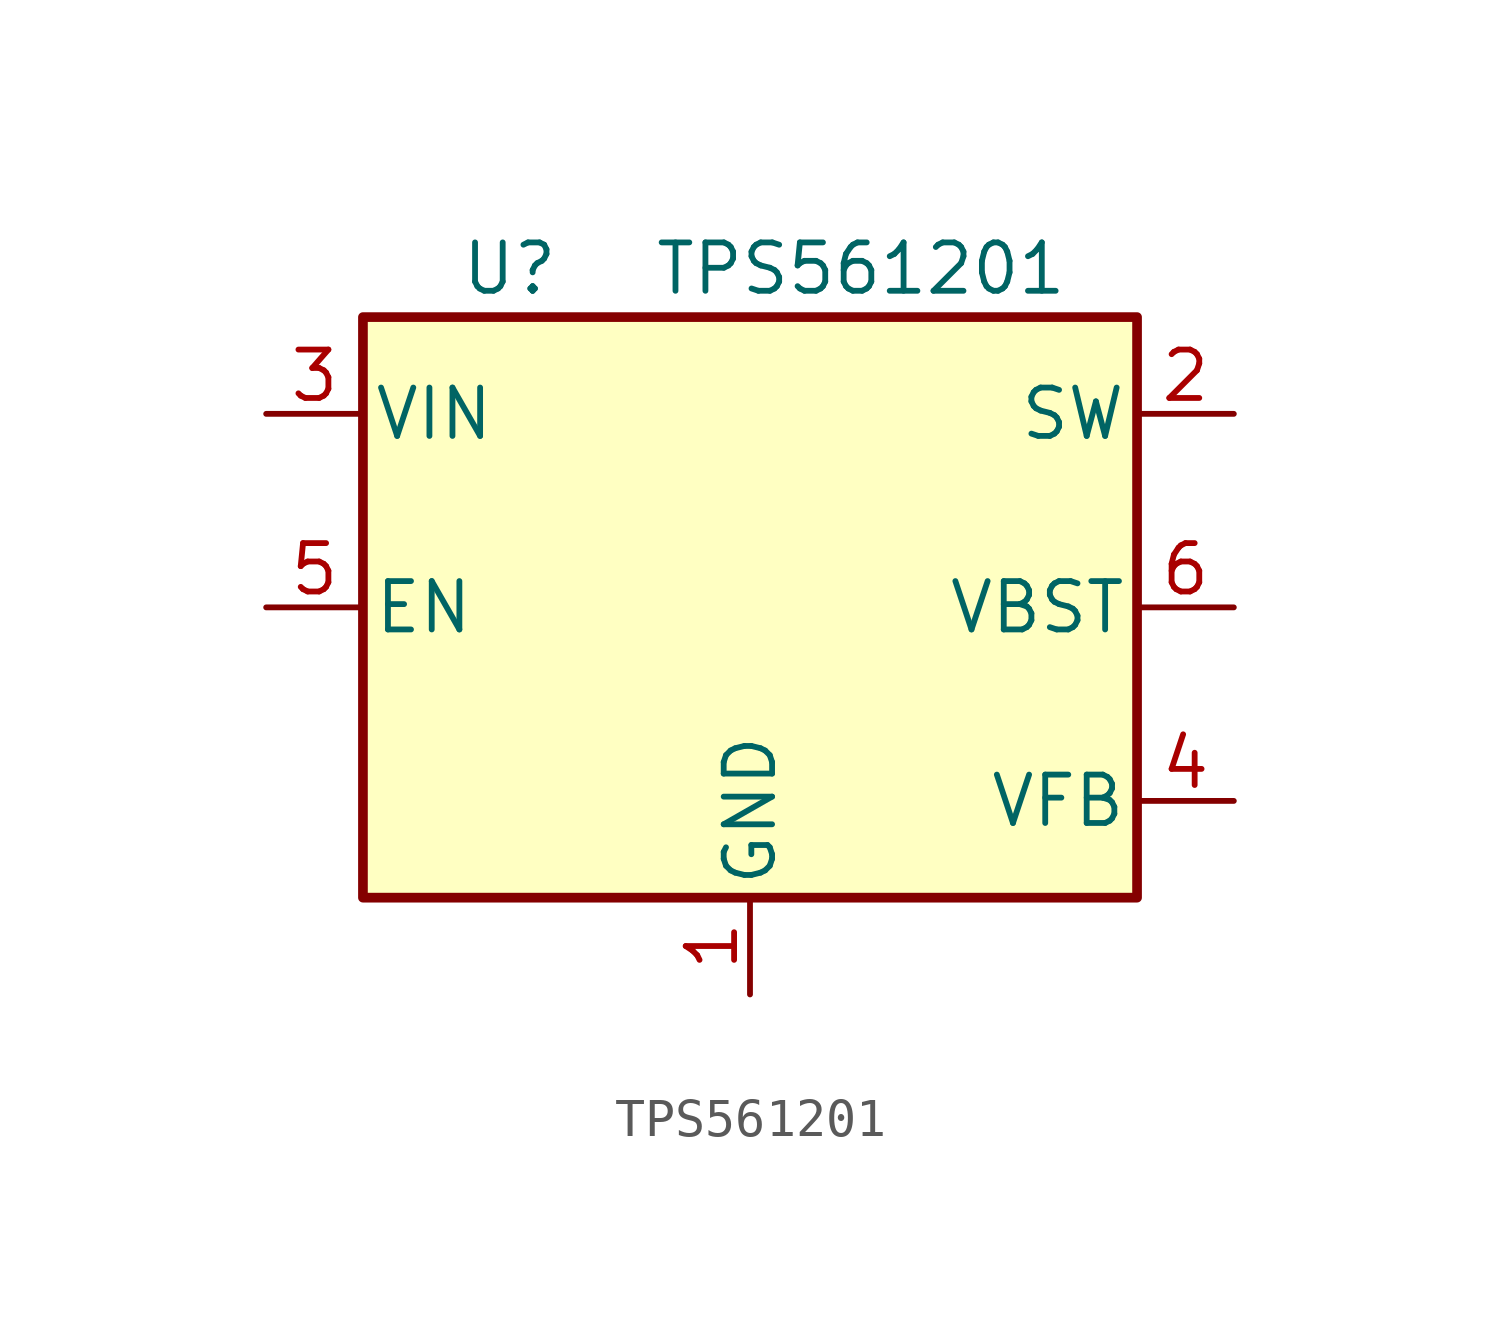
<source format=kicad_sym>
(kicad_symbol_lib
  (version 20201005)
  (generator kicad_symbol_editor)
  (symbol "TPS561201"
    (pin_names
      (offset 0.254))
    (property "Reference" "U"
      (at -7.62 6.35 0)
      (effects (font (size 1.27 1.27)) (justify left)))
    (property "Value" "TPS561201"
      (at -2.54 6.35 0)
      (effects (font (size 1.27 1.27)) (justify left)))
    (symbol "TPS561201_0_1"
      (rectangle (start -10.16 5.08) (end 10.16 -10.16) (stroke (width 0.254)) (fill (type background))))
    (symbol "TPS561201_1_1"
      (pin power_in line (at 0 -12.7 90) (length 2.54) (name "GND" (effects (font (size 1.27 1.27)))) (number "1" (effects (font (size 1.27 1.27)))))
      (pin output line (at 12.7 2.54 180) (length 2.54) (name "SW" (effects (font (size 1.27 1.27)))) (number "2" (effects (font (size 1.27 1.27)))))
      (pin power_in line (at -12.7 2.54 0) (length 2.54) (name "VIN" (effects (font (size 1.27 1.27)))) (number "3" (effects (font (size 1.27 1.27)))))
      (pin input line (at 12.7 -7.62 180) (length 2.54) (name "VFB" (effects (font (size 1.27 1.27)))) (number "4" (effects (font (size 1.27 1.27)))))
      (pin input line (at -12.7 -2.54 0) (length 2.54) (name "EN" (effects (font (size 1.27 1.27)))) (number "5" (effects (font (size 1.27 1.27)))))
      (pin input line (at 12.7 -2.54 180) (length 2.54) (name "VBST" (effects (font (size 1.27 1.27)))) (number "6" (effects (font (size 1.27 1.27))))))))
</source>
